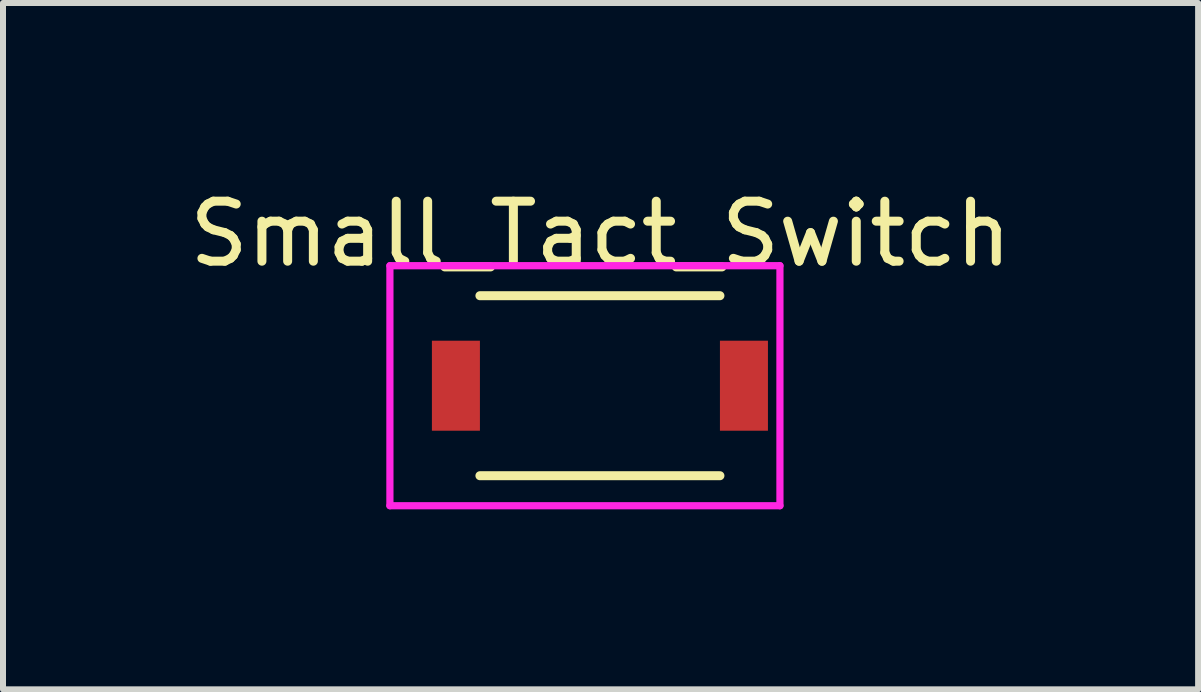
<source format=kicad_pcb>
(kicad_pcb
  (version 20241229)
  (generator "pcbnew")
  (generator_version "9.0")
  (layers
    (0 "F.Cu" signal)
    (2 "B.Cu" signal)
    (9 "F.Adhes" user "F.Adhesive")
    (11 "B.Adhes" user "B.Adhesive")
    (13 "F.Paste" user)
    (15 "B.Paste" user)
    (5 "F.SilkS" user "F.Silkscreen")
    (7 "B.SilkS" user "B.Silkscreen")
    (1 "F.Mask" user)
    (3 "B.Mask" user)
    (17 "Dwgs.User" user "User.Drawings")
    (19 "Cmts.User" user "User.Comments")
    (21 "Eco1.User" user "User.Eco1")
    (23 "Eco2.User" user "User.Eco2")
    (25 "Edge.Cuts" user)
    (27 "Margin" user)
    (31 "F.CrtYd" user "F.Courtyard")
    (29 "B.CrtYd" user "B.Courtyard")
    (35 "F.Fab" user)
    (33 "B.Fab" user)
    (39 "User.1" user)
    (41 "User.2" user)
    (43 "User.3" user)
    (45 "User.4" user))
  (footprint "Small_Tact_Switch"
    (layer "F.Cu")
    (at 6.948 3.378)
    (property "Reference" "Small_Tact_Switch" (at 0.01 -2.53 0) (layer "F.SilkS") (effects (font (size 1 1) (thickness 0.15))))
    (attr through_hole)
    (fp_line (start -2 1.5) (end 2 1.5) (stroke (width 0.15) (type solid)) (layer "F.SilkS"))
    (fp_line (start 2 -1.5) (end -2 -1.5) (stroke (width 0.15) (type solid)) (layer "F.SilkS"))
    (fp_line (start -3.5 -2) (end 3 -2) (stroke (width 0.12) (type solid)) (layer "F.CrtYd"))
    (fp_line (start -3.5 2) (end -3.5 -2) (stroke (width 0.12) (type solid)) (layer "F.CrtYd"))
    (fp_line (start 3 -2) (end 3 2) (stroke (width 0.12) (type solid)) (layer "F.CrtYd"))
    (fp_line (start 3 2) (end -3.5 2) (stroke (width 0.12) (type solid)) (layer "F.CrtYd"))
    (pad "1" smd rect (at -2.4 0) (size 0.8 1.5) (layers "F.Cu" "F.Mask" "F.Paste"))
    (pad "2" smd rect (at 2.4 0) (size 0.8 1.5) (layers "F.Cu" "F.Mask" "F.Paste")))
  (gr_rect
    (start -3 -3)
    (end 16.917 8.438)
    (stroke (width 0.1) (type default))
    (fill no)
    (layer "Edge.Cuts")))
</source>
